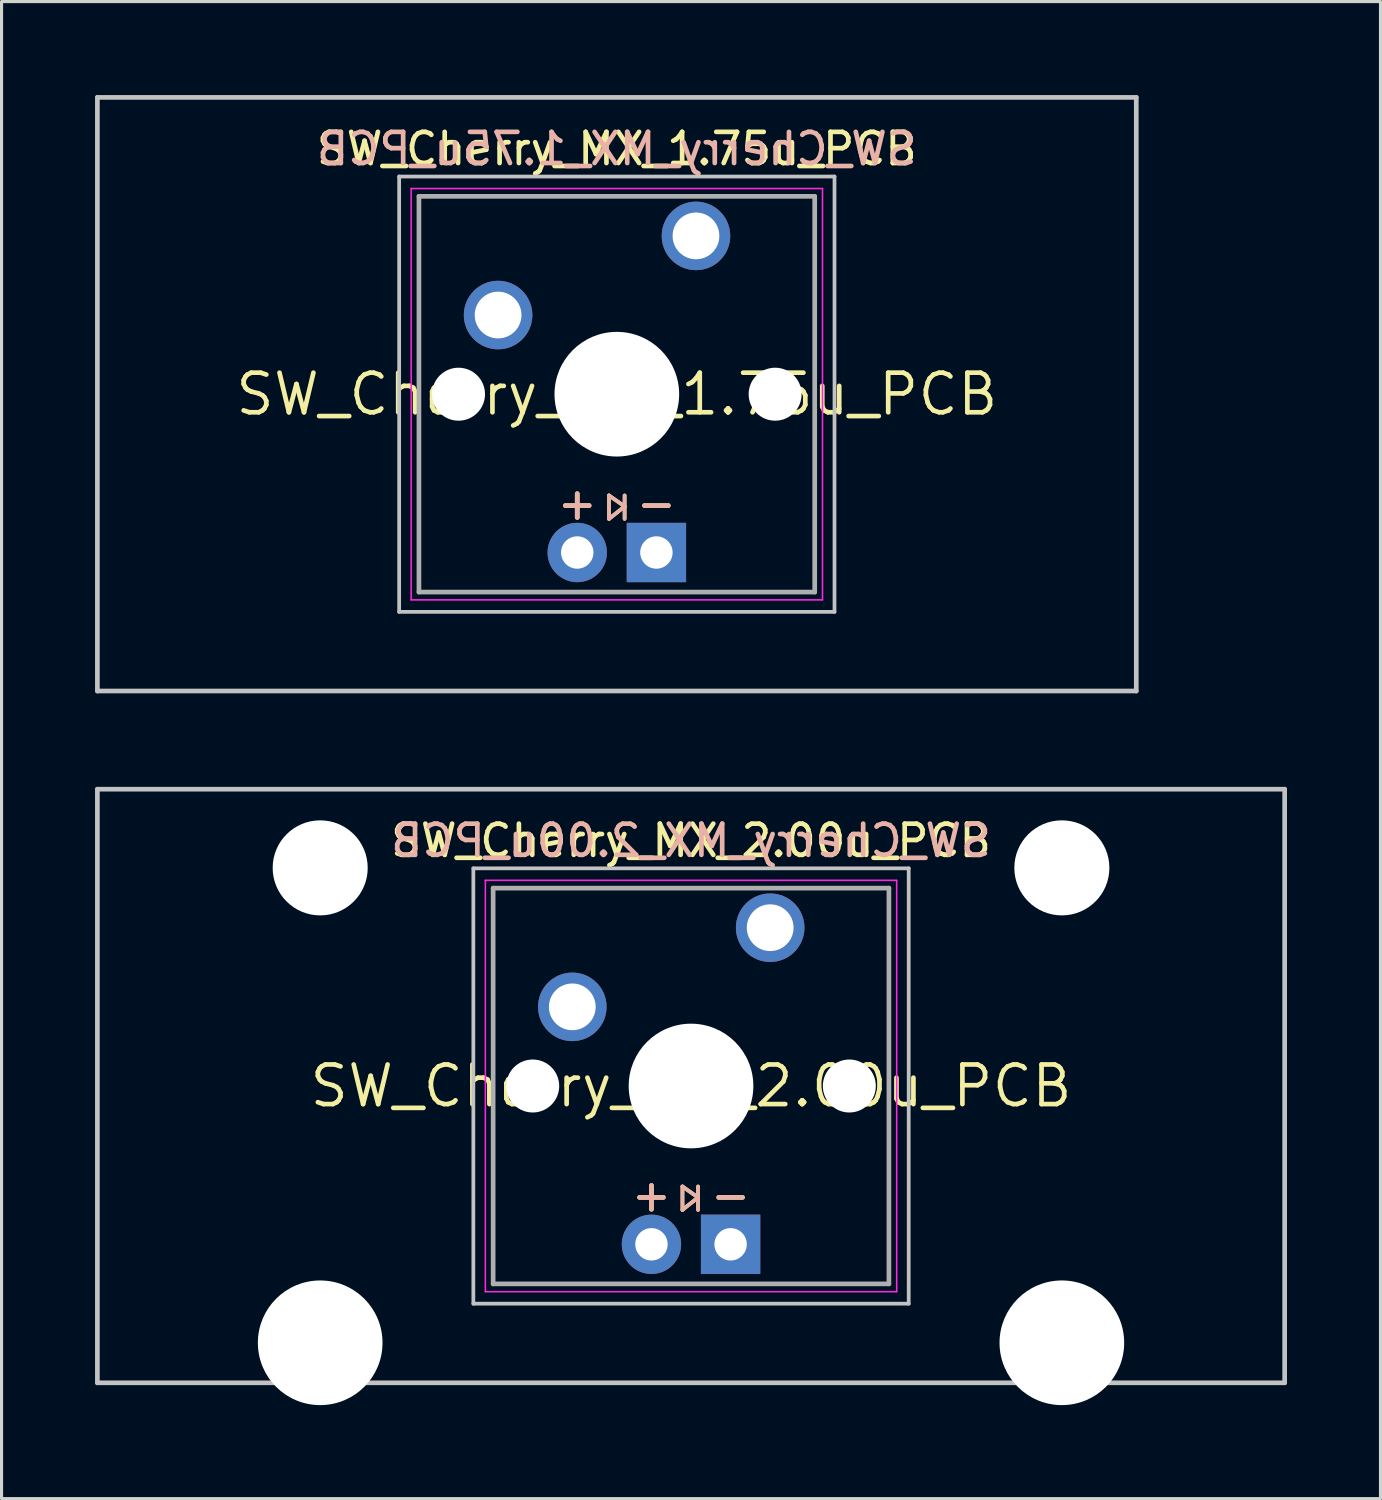
<source format=kicad_pcb>
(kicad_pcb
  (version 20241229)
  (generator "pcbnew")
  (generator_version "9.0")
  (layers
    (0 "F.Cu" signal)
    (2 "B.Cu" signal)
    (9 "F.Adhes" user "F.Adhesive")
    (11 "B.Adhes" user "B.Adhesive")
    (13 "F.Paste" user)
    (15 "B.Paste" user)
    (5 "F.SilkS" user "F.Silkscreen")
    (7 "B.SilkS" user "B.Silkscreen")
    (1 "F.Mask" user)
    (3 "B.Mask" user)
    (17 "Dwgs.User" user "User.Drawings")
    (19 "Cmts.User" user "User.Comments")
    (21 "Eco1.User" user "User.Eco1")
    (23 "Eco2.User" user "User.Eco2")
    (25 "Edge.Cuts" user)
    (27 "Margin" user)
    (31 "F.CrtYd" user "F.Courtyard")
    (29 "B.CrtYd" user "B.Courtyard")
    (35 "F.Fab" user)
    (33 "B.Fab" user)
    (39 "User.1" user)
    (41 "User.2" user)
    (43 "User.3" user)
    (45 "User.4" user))
  (footprint "SW_Cherry_MX_2.00u_PCB"
    (layer "F.Cu")
    (at 19.125 31.8)
    (property "Reference" "SW_Cherry_MX_2.00u_PCB" (at 0 0 0) (layer "F.SilkS") (effects (font (size 1.27 1.27) (thickness 0.15))))
    (attr through_hole)
    (fp_line (start -0.275 3.225) (end -0.275 3.975) (stroke (width 0.12) (type solid)) (layer "F.SilkS"))
    (fp_line (start -0.275 3.975) (end 0.225 3.575) (stroke (width 0.12) (type solid)) (layer "F.SilkS"))
    (fp_line (start 0.225 3.225) (end 0.225 3.975) (stroke (width 0.12) (type solid)) (layer "F.SilkS"))
    (fp_line (start 0.225 3.575) (end -0.275 3.225) (stroke (width 0.12) (type solid)) (layer "F.SilkS"))
    (fp_line (start -0.275 3.225) (end -0.275 3.975) (stroke (width 0.12) (type solid)) (layer "B.SilkS"))
    (fp_line (start -0.275 3.975) (end 0.225 3.575) (stroke (width 0.12) (type solid)) (layer "B.SilkS"))
    (fp_line (start 0.225 3.225) (end 0.225 3.975) (stroke (width 0.12) (type solid)) (layer "B.SilkS"))
    (fp_line (start 0.225 3.575) (end -0.275 3.225) (stroke (width 0.12) (type solid)) (layer "B.SilkS"))
    (fp_line (start -19.05 -9.525) (end 19.05 -9.525) (stroke (width 0.15) (type solid)) (layer "Dwgs.User"))
    (fp_line (start -19.05 9.525) (end -19.05 -9.525) (stroke (width 0.15) (type solid)) (layer "Dwgs.User"))
    (fp_line (start -6.985 -6.985) (end 6.985 -6.985) (stroke (width 0.12) (type solid)) (layer "Dwgs.User"))
    (fp_line (start -6.985 6.985) (end -6.985 -6.985) (stroke (width 0.12) (type solid)) (layer "Dwgs.User"))
    (fp_line (start 6.985 -6.985) (end 6.985 6.985) (stroke (width 0.12) (type solid)) (layer "Dwgs.User"))
    (fp_line (start 6.985 6.985) (end -6.985 6.985) (stroke (width 0.12) (type solid)) (layer "Dwgs.User"))
    (fp_line (start 19.05 -9.525) (end 19.05 9.525) (stroke (width 0.15) (type solid)) (layer "Dwgs.User"))
    (fp_line (start 19.05 9.525) (end -19.05 9.525) (stroke (width 0.15) (type solid)) (layer "Dwgs.User"))
    (fp_line (start -16.129 -2.286) (end -15.265 -2.286) (stroke (width 0.05) (type solid)) (layer "Eco1.User"))
    (fp_line (start -16.129 0.508) (end -16.129 -2.286) (stroke (width 0.05) (type solid)) (layer "Eco1.User"))
    (fp_line (start -15.265 -5.69) (end -8.611 -5.69) (stroke (width 0.05) (type solid)) (layer "Eco1.User"))
    (fp_line (start -15.265 -2.286) (end -15.265 -5.69) (stroke (width 0.05) (type solid)) (layer "Eco1.User"))
    (fp_line (start -15.265 0.508) (end -16.129 0.508) (stroke (width 0.05) (type solid)) (layer "Eco1.User"))
    (fp_line (start -15.265 6.604) (end -15.265 0.508) (stroke (width 0.05) (type solid)) (layer "Eco1.User"))
    (fp_line (start -14.224 6.604) (end -15.265 6.604) (stroke (width 0.05) (type solid)) (layer "Eco1.User"))
    (fp_line (start -14.224 7.772) (end -14.224 6.604) (stroke (width 0.05) (type solid)) (layer "Eco1.User"))
    (fp_line (start -9.652 6.604) (end -9.652 7.772) (stroke (width 0.05) (type solid)) (layer "Eco1.User"))
    (fp_line (start -9.652 7.772) (end -14.224 7.772) (stroke (width 0.05) (type solid)) (layer "Eco1.User"))
    (fp_line (start -8.611 -5.69) (end -8.611 -4.877) (stroke (width 0.05) (type solid)) (layer "Eco1.User"))
    (fp_line (start -8.611 -4.877) (end -6.985 -4.877) (stroke (width 0.05) (type solid)) (layer "Eco1.User"))
    (fp_line (start -8.611 5.817) (end -8.611 6.604) (stroke (width 0.05) (type solid)) (layer "Eco1.User"))
    (fp_line (start -8.611 6.604) (end -9.652 6.604) (stroke (width 0.05) (type solid)) (layer "Eco1.User"))
    (fp_line (start -6.985 -6.985) (end 6.985 -6.985) (stroke (width 0.05) (type solid)) (layer "Eco1.User"))
    (fp_line (start -6.985 -4.877) (end -6.985 -6.985) (stroke (width 0.05) (type solid)) (layer "Eco1.User"))
    (fp_line (start -6.985 5.817) (end -8.611 5.817) (stroke (width 0.05) (type solid)) (layer "Eco1.User"))
    (fp_line (start -6.985 6.985) (end -6.985 5.817) (stroke (width 0.05) (type solid)) (layer "Eco1.User"))
    (fp_line (start 6.985 -6.985) (end 6.985 -4.877) (stroke (width 0.05) (type solid)) (layer "Eco1.User"))
    (fp_line (start 6.985 -4.877) (end 8.611 -4.877) (stroke (width 0.05) (type solid)) (layer "Eco1.User"))
    (fp_line (start 6.985 5.817) (end 6.985 6.985) (stroke (width 0.05) (type solid)) (layer "Eco1.User"))
    (fp_line (start 6.985 6.985) (end -6.985 6.985) (stroke (width 0.05) (type solid)) (layer "Eco1.User"))
    (fp_line (start 8.611 -5.69) (end 15.265 -5.69) (stroke (width 0.05) (type solid)) (layer "Eco1.User"))
    (fp_line (start 8.611 -4.877) (end 8.611 -5.69) (stroke (width 0.05) (type solid)) (layer "Eco1.User"))
    (fp_line (start 8.611 5.817) (end 6.985 5.817) (stroke (width 0.05) (type solid)) (layer "Eco1.User"))
    (fp_line (start 8.611 6.604) (end 8.611 5.817) (stroke (width 0.05) (type solid)) (layer "Eco1.User"))
    (fp_line (start 9.652 6.604) (end 8.611 6.604) (stroke (width 0.05) (type solid)) (layer "Eco1.User"))
    (fp_line (start 9.652 7.772) (end 9.652 6.604) (stroke (width 0.05) (type solid)) (layer "Eco1.User"))
    (fp_line (start 14.224 6.604) (end 14.224 7.772) (stroke (width 0.05) (type solid)) (layer "Eco1.User"))
    (fp_line (start 14.224 7.772) (end 9.652 7.772) (stroke (width 0.05) (type solid)) (layer "Eco1.User"))
    (fp_line (start 15.265 -5.69) (end 15.265 -2.286) (stroke (width 0.05) (type solid)) (layer "Eco1.User"))
    (fp_line (start 15.265 -2.286) (end 16.129 -2.286) (stroke (width 0.05) (type solid)) (layer "Eco1.User"))
    (fp_line (start 15.265 0.508) (end 15.265 6.604) (stroke (width 0.05) (type solid)) (layer "Eco1.User"))
    (fp_line (start 15.265 6.604) (end 14.224 6.604) (stroke (width 0.05) (type solid)) (layer "Eco1.User"))
    (fp_line (start 16.129 -2.286) (end 16.129 0.508) (stroke (width 0.05) (type solid)) (layer "Eco1.User"))
    (fp_line (start 16.129 0.508) (end 15.265 0.508) (stroke (width 0.05) (type solid)) (layer "Eco1.User"))
    (fp_line (start -6.6 -6.6) (end 6.6 -6.6) (stroke (width 0.05) (type solid)) (layer "F.CrtYd"))
    (fp_line (start -6.6 6.6) (end -6.6 -6.6) (stroke (width 0.05) (type solid)) (layer "F.CrtYd"))
    (fp_line (start 6.6 -6.6) (end 6.6 6.6) (stroke (width 0.05) (type solid)) (layer "F.CrtYd"))
    (fp_line (start 6.6 6.6) (end -6.6 6.6) (stroke (width 0.05) (type solid)) (layer "F.CrtYd"))
    (fp_line (start -6.35 -6.35) (end 6.35 -6.35) (stroke (width 0.15) (type solid)) (layer "F.Fab"))
    (fp_line (start -6.35 6.35) (end -6.35 -6.35) (stroke (width 0.15) (type solid)) (layer "F.Fab"))
    (fp_line (start 6.35 -6.35) (end 6.35 6.35) (stroke (width 0.15) (type solid)) (layer "F.Fab"))
    (fp_line (start 6.35 6.35) (end -6.35 6.35) (stroke (width 0.15) (type solid)) (layer "F.Fab"))
    (fp_text user "+" (at -1.27 3.5 0) (layer "F.SilkS") (effects (font (size 1 1) (thickness 0.15))))
    (fp_text user "${REFERENCE}" (at 0 -7.874 0) (layer "F.SilkS") (effects (font (size 1 1) (thickness 0.15))))
    (fp_text user "-" (at 1.27 3.5 0) (layer "F.SilkS") (effects (font (size 1 1) (thickness 0.15))))
    (fp_text user "-" (at 1.27 3.5 0) (layer "B.SilkS") (effects (font (size 1 1) (thickness 0.15))))
    (fp_text user "${REFERENCE}" (at 0 -7.874 0) (layer "B.SilkS") (effects (font (size 1 1) (thickness 0.15)) (justify mirror)))
    (fp_text user "+" (at -1.27 3.5 0) (layer "B.SilkS") (effects (font (size 1 1) (thickness 0.15))))
    (pad "" np_thru_hole circle (at -11.9 -7) (size 3.05 3.05) (drill 3.05) (layers "*.Cu" "*.Mask"))
    (pad "" np_thru_hole circle (at -11.9 8.24) (size 4 4) (drill 4) (layers "*.Cu" "*.Mask"))
    (pad "" np_thru_hole circle (at -5.08 0) (size 1.7 1.7) (drill 1.7) (layers "*.Cu" "*.Mask"))
    (pad "" np_thru_hole circle (at 0 0) (size 4 4) (drill 4) (layers "*.Cu" "*.Mask"))
    (pad "" np_thru_hole circle (at 5.08 0) (size 1.7 1.7) (drill 1.7) (layers "*.Cu" "*.Mask"))
    (pad "" np_thru_hole circle (at 11.9 -7) (size 3.05 3.05) (drill 3.05) (layers "*.Cu" "*.Mask"))
    (pad "" np_thru_hole circle (at 11.9 8.24) (size 4 4) (drill 4) (layers "*.Cu" "*.Mask"))
    (pad "1" thru_hole circle (at 2.54 -5.08) (size 2.2 2.2) (drill 1.5) (layers "*.Cu" "*.Mask"))
    (pad "2" thru_hole circle (at -3.81 -2.54) (size 2.2 2.2) (drill 1.5) (layers "*.Cu" "*.Mask"))
    (pad "3" thru_hole circle (at -1.27 5.08) (size 1.905 1.905) (drill 1.04) (layers "*.Cu" "*.Mask"))
    (pad "4" thru_hole rect (at 1.27 5.08) (size 1.905 1.905) (drill 1.04) (layers "*.Cu" "*.Mask")))
  (footprint "SW_Cherry_MX_1.75u_PCB"
    (layer "F.Cu")
    (at 16.744 9.6)
    (property "Reference" "SW_Cherry_MX_1.75u_PCB" (at 0 0 0) (layer "F.SilkS") (effects (font (size 1.27 1.27) (thickness 0.15))))
    (attr through_hole)
    (fp_line (start -0.25 3.25) (end -0.25 4) (stroke (width 0.12) (type solid)) (layer "F.SilkS"))
    (fp_line (start -0.25 4) (end 0.25 3.6) (stroke (width 0.12) (type solid)) (layer "F.SilkS"))
    (fp_line (start 0.25 3.25) (end 0.25 4) (stroke (width 0.12) (type solid)) (layer "F.SilkS"))
    (fp_line (start 0.25 3.6) (end -0.25 3.25) (stroke (width 0.12) (type solid)) (layer "F.SilkS"))
    (fp_line (start -0.25 3.25) (end -0.25 4) (stroke (width 0.12) (type solid)) (layer "B.SilkS"))
    (fp_line (start -0.25 4) (end 0.25 3.6) (stroke (width 0.12) (type solid)) (layer "B.SilkS"))
    (fp_line (start 0.25 3.25) (end 0.25 4) (stroke (width 0.12) (type solid)) (layer "B.SilkS"))
    (fp_line (start 0.25 3.6) (end -0.25 3.25) (stroke (width 0.12) (type solid)) (layer "B.SilkS"))
    (fp_line (start -16.669 -9.525) (end 16.669 -9.525) (stroke (width 0.15) (type solid)) (layer "Dwgs.User"))
    (fp_line (start -16.669 9.525) (end -16.669 -9.525) (stroke (width 0.15) (type solid)) (layer "Dwgs.User"))
    (fp_line (start -6.985 -6.985) (end 6.985 -6.985) (stroke (width 0.12) (type solid)) (layer "Dwgs.User"))
    (fp_line (start -6.985 6.985) (end -6.985 -6.985) (stroke (width 0.12) (type solid)) (layer "Dwgs.User"))
    (fp_line (start 6.985 -6.985) (end 6.985 6.985) (stroke (width 0.12) (type solid)) (layer "Dwgs.User"))
    (fp_line (start 6.985 6.985) (end -6.985 6.985) (stroke (width 0.12) (type solid)) (layer "Dwgs.User"))
    (fp_line (start 16.669 -9.525) (end 16.669 9.525) (stroke (width 0.15) (type solid)) (layer "Dwgs.User"))
    (fp_line (start 16.669 9.525) (end -16.669 9.525) (stroke (width 0.15) (type solid)) (layer "Dwgs.User"))
    (fp_line (start -6.985 -6.985) (end 6.985 -6.985) (stroke (width 0.05) (type solid)) (layer "Eco1.User"))
    (fp_line (start -6.985 6.985) (end -6.985 -6.985) (stroke (width 0.05) (type solid)) (layer "Eco1.User"))
    (fp_line (start 6.985 -6.985) (end 6.985 6.985) (stroke (width 0.05) (type solid)) (layer "Eco1.User"))
    (fp_line (start 6.985 6.985) (end -6.985 6.985) (stroke (width 0.05) (type solid)) (layer "Eco1.User"))
    (fp_line (start -6.6 -6.6) (end 6.6 -6.6) (stroke (width 0.05) (type solid)) (layer "F.CrtYd"))
    (fp_line (start -6.6 6.6) (end -6.6 -6.6) (stroke (width 0.05) (type solid)) (layer "F.CrtYd"))
    (fp_line (start 6.6 -6.6) (end 6.6 6.6) (stroke (width 0.05) (type solid)) (layer "F.CrtYd"))
    (fp_line (start 6.6 6.6) (end -6.6 6.6) (stroke (width 0.05) (type solid)) (layer "F.CrtYd"))
    (fp_line (start -6.35 -6.35) (end 6.35 -6.35) (stroke (width 0.15) (type solid)) (layer "F.Fab"))
    (fp_line (start -6.35 6.35) (end -6.35 -6.35) (stroke (width 0.15) (type solid)) (layer "F.Fab"))
    (fp_line (start 6.35 -6.35) (end 6.35 6.35) (stroke (width 0.15) (type solid)) (layer "F.Fab"))
    (fp_line (start 6.35 6.35) (end -6.35 6.35) (stroke (width 0.15) (type solid)) (layer "F.Fab"))
    (fp_text user "${REFERENCE}" (at 0 -7.874 0) (layer "F.SilkS") (effects (font (size 1 1) (thickness 0.15))))
    (fp_text user "+" (at -1.27 3.5 0) (layer "F.SilkS") (effects (font (size 1 1) (thickness 0.15))))
    (fp_text user "-" (at 1.27 3.5 0) (layer "F.SilkS") (effects (font (size 1 1) (thickness 0.15))))
    (fp_text user "${REFERENCE}" (at 0 -7.874 0) (layer "B.SilkS") (effects (font (size 1 1) (thickness 0.15)) (justify mirror)))
    (fp_text user "-" (at 1.27 3.5 0) (layer "B.SilkS") (effects (font (size 1 1) (thickness 0.15))))
    (fp_text user "+" (at -1.27 3.5 0) (layer "B.SilkS") (effects (font (size 1 1) (thickness 0.15))))
    (pad "" np_thru_hole circle (at -5.08 0) (size 1.7 1.7) (drill 1.7) (layers "*.Cu" "*.Mask"))
    (pad "" np_thru_hole circle (at 0 0) (size 4 4) (drill 4) (layers "*.Cu" "*.Mask"))
    (pad "" np_thru_hole circle (at 5.08 0) (size 1.7 1.7) (drill 1.7) (layers "*.Cu" "*.Mask"))
    (pad "1" thru_hole circle (at 2.54 -5.08) (size 2.2 2.2) (drill 1.5) (layers "*.Cu" "*.Mask"))
    (pad "2" thru_hole circle (at -3.81 -2.54) (size 2.2 2.2) (drill 1.5) (layers "*.Cu" "*.Mask"))
    (pad "3" thru_hole circle (at -1.27 5.08) (size 1.905 1.905) (drill 1.04) (layers "*.Cu" "*.Mask"))
    (pad "4" thru_hole rect (at 1.27 5.08) (size 1.905 1.905) (drill 1.04) (layers "*.Cu" "*.Mask")))
  (gr_rect
    (start -3 -3)
    (end 41.25 45.04)
    (stroke (width 0.1) (type default))
    (fill no)
    (layer "Edge.Cuts")))
</source>
